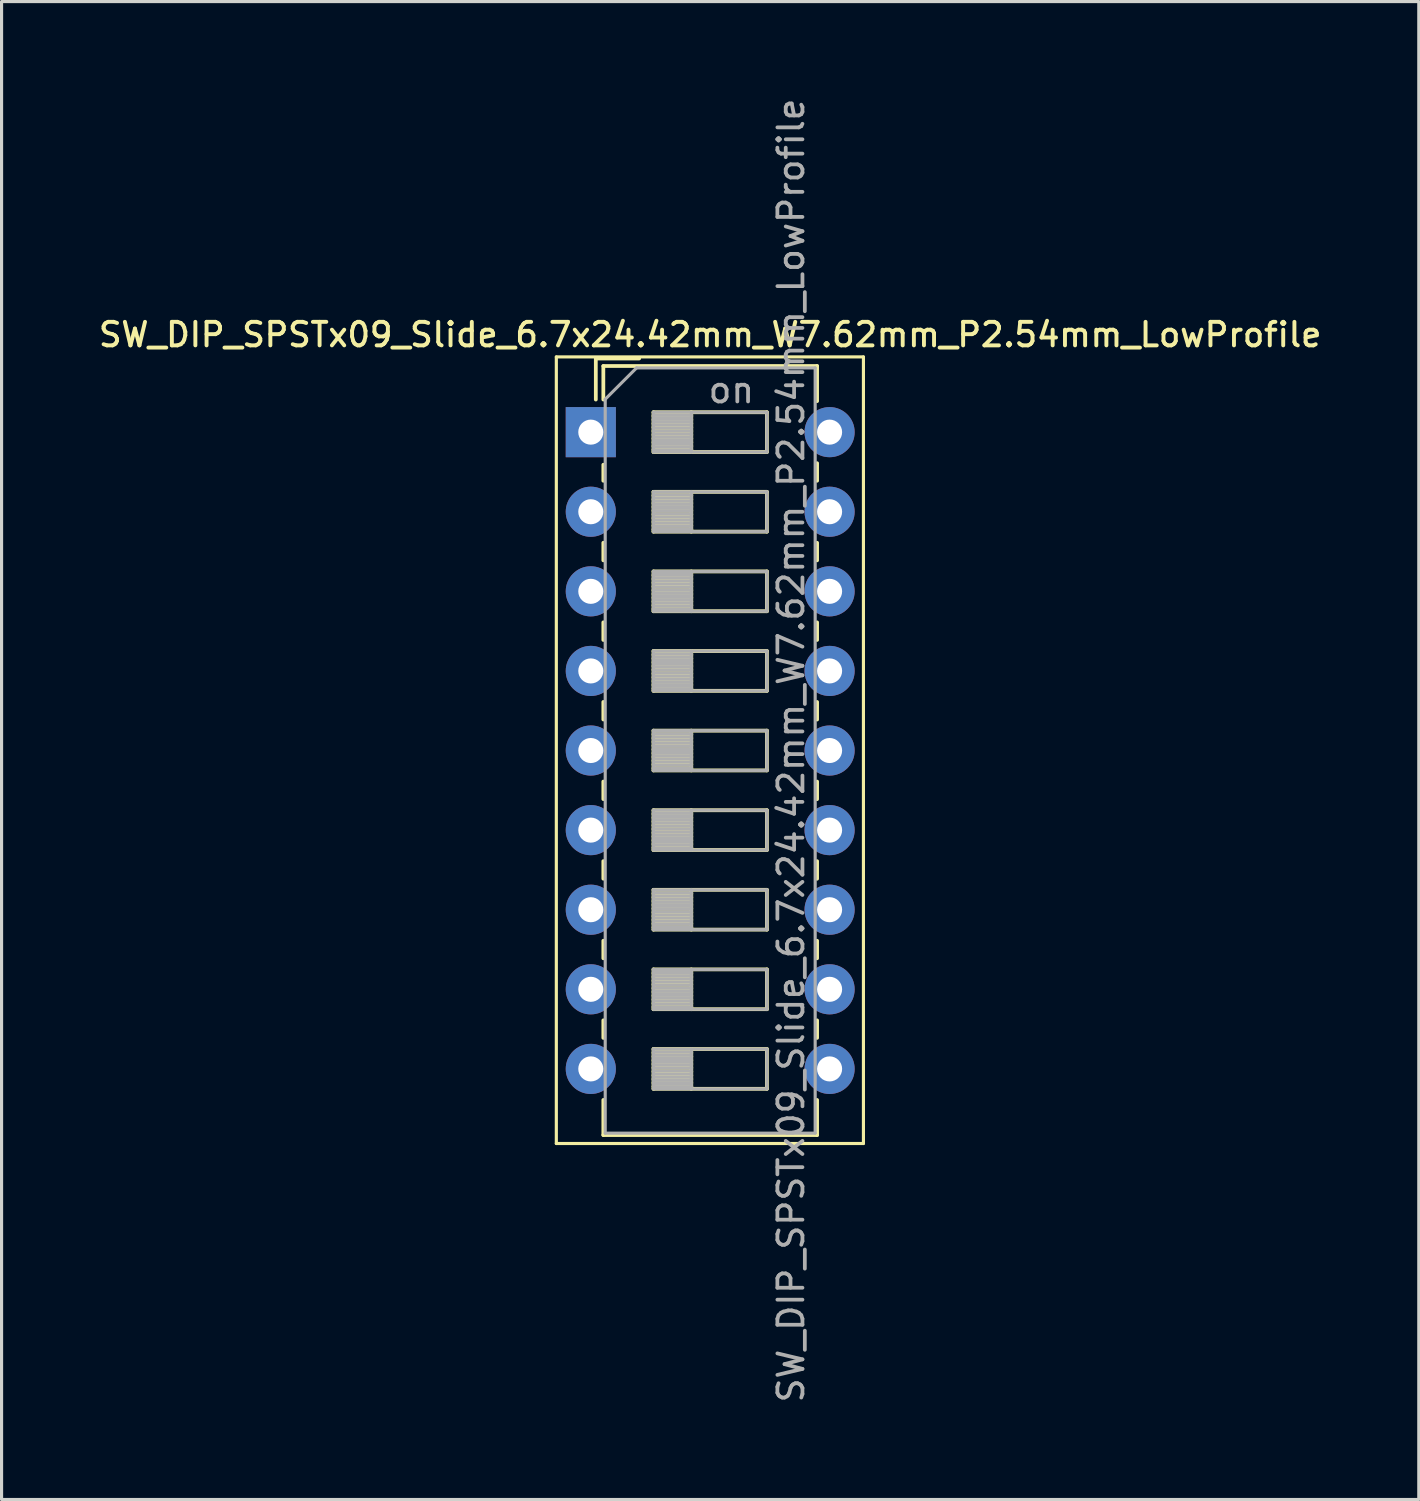
<source format=kicad_pcb>
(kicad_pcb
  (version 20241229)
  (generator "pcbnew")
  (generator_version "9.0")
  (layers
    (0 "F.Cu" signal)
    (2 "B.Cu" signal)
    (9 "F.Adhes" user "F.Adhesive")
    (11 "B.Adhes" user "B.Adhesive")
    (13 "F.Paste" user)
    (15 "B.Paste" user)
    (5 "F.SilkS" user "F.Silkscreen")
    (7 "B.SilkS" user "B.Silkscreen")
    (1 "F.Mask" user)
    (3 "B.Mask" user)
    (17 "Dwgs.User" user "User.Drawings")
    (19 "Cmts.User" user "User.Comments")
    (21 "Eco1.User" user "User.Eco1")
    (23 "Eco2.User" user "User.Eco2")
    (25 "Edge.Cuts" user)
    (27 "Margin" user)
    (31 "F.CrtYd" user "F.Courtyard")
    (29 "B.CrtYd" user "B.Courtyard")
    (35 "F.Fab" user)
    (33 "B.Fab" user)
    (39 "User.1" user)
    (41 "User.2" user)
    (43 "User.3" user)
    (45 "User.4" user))
  (footprint "SW_DIP_SPSTx09_Slide_6.7x24.42mm_W7.62mm_P2.54mm_LowProfile"
    (layer "F.Cu")
    (at 15.803 10.74)
    (property "Reference" "SW_DIP_SPSTx09_Slide_6.7x24.42mm_W7.62mm_P2.54mm_LowProfile" (at 3.81 -3.11 0) (layer "F.SilkS") (effects (font (size 0.75 0.75) (thickness 0.125))))
    (attr through_hole)
    (fp_line (start -1.1 -2.4) (end -1.1 22.7) (stroke (width 0.1) (type solid)) (layer "F.SilkS"))
    (fp_line (start -1.1 22.7) (end 8.7 22.7) (stroke (width 0.1) (type solid)) (layer "F.SilkS"))
    (fp_line (start 0.16 -2.35) (end 0.16 -1.04) (stroke (width 0.12) (type solid)) (layer "F.SilkS"))
    (fp_line (start 0.16 -2.35) (end 1.543 -2.35) (stroke (width 0.12) (type solid)) (layer "F.SilkS"))
    (fp_line (start 0.4 -2.11) (end 0.4 -1.04) (stroke (width 0.12) (type solid)) (layer "F.SilkS"))
    (fp_line (start 0.4 -2.11) (end 7.221 -2.11) (stroke (width 0.12) (type solid)) (layer "F.SilkS"))
    (fp_line (start 0.4 1.04) (end 0.4 1.551) (stroke (width 0.12) (type solid)) (layer "F.SilkS"))
    (fp_line (start 0.4 3.53) (end 0.4 4.091) (stroke (width 0.12) (type solid)) (layer "F.SilkS"))
    (fp_line (start 0.4 6.07) (end 0.4 6.631) (stroke (width 0.12) (type solid)) (layer "F.SilkS"))
    (fp_line (start 0.4 8.61) (end 0.4 9.17) (stroke (width 0.12) (type solid)) (layer "F.SilkS"))
    (fp_line (start 0.4 11.15) (end 0.4 11.71) (stroke (width 0.12) (type solid)) (layer "F.SilkS"))
    (fp_line (start 0.4 13.69) (end 0.4 14.25) (stroke (width 0.12) (type solid)) (layer "F.SilkS"))
    (fp_line (start 0.4 16.23) (end 0.4 16.79) (stroke (width 0.12) (type solid)) (layer "F.SilkS"))
    (fp_line (start 0.4 18.77) (end 0.4 19.33) (stroke (width 0.12) (type solid)) (layer "F.SilkS"))
    (fp_line (start 0.4 21.31) (end 0.4 22.431) (stroke (width 0.12) (type solid)) (layer "F.SilkS"))
    (fp_line (start 0.4 22.431) (end 7.221 22.431) (stroke (width 0.12) (type solid)) (layer "F.SilkS"))
    (fp_line (start 2 -0.635) (end 2 0.635) (stroke (width 0.12) (type solid)) (layer "F.SilkS"))
    (fp_line (start 2 -0.515) (end 3.207 -0.515) (stroke (width 0.12) (type solid)) (layer "F.SilkS"))
    (fp_line (start 2 -0.395) (end 3.207 -0.395) (stroke (width 0.12) (type solid)) (layer "F.SilkS"))
    (fp_line (start 2 -0.275) (end 3.207 -0.275) (stroke (width 0.12) (type solid)) (layer "F.SilkS"))
    (fp_line (start 2 -0.155) (end 3.207 -0.155) (stroke (width 0.12) (type solid)) (layer "F.SilkS"))
    (fp_line (start 2 -0.035) (end 3.207 -0.035) (stroke (width 0.12) (type solid)) (layer "F.SilkS"))
    (fp_line (start 2 0.085) (end 3.207 0.085) (stroke (width 0.12) (type solid)) (layer "F.SilkS"))
    (fp_line (start 2 0.205) (end 3.207 0.205) (stroke (width 0.12) (type solid)) (layer "F.SilkS"))
    (fp_line (start 2 0.325) (end 3.207 0.325) (stroke (width 0.12) (type solid)) (layer "F.SilkS"))
    (fp_line (start 2 0.445) (end 3.207 0.445) (stroke (width 0.12) (type solid)) (layer "F.SilkS"))
    (fp_line (start 2 0.565) (end 3.207 0.565) (stroke (width 0.12) (type solid)) (layer "F.SilkS"))
    (fp_line (start 2 0.635) (end 5.62 0.635) (stroke (width 0.12) (type solid)) (layer "F.SilkS"))
    (fp_line (start 2 1.905) (end 2 3.175) (stroke (width 0.12) (type solid)) (layer "F.SilkS"))
    (fp_line (start 2 2.025) (end 3.207 2.025) (stroke (width 0.12) (type solid)) (layer "F.SilkS"))
    (fp_line (start 2 2.145) (end 3.207 2.145) (stroke (width 0.12) (type solid)) (layer "F.SilkS"))
    (fp_line (start 2 2.265) (end 3.207 2.265) (stroke (width 0.12) (type solid)) (layer "F.SilkS"))
    (fp_line (start 2 2.385) (end 3.207 2.385) (stroke (width 0.12) (type solid)) (layer "F.SilkS"))
    (fp_line (start 2 2.505) (end 3.207 2.505) (stroke (width 0.12) (type solid)) (layer "F.SilkS"))
    (fp_line (start 2 2.625) (end 3.207 2.625) (stroke (width 0.12) (type solid)) (layer "F.SilkS"))
    (fp_line (start 2 2.745) (end 3.207 2.745) (stroke (width 0.12) (type solid)) (layer "F.SilkS"))
    (fp_line (start 2 2.865) (end 3.207 2.865) (stroke (width 0.12) (type solid)) (layer "F.SilkS"))
    (fp_line (start 2 2.985) (end 3.207 2.985) (stroke (width 0.12) (type solid)) (layer "F.SilkS"))
    (fp_line (start 2 3.105) (end 3.207 3.105) (stroke (width 0.12) (type solid)) (layer "F.SilkS"))
    (fp_line (start 2 3.175) (end 5.62 3.175) (stroke (width 0.12) (type solid)) (layer "F.SilkS"))
    (fp_line (start 2 4.445) (end 2 5.715) (stroke (width 0.12) (type solid)) (layer "F.SilkS"))
    (fp_line (start 2 4.565) (end 3.207 4.565) (stroke (width 0.12) (type solid)) (layer "F.SilkS"))
    (fp_line (start 2 4.685) (end 3.207 4.685) (stroke (width 0.12) (type solid)) (layer "F.SilkS"))
    (fp_line (start 2 4.805) (end 3.207 4.805) (stroke (width 0.12) (type solid)) (layer "F.SilkS"))
    (fp_line (start 2 4.925) (end 3.207 4.925) (stroke (width 0.12) (type solid)) (layer "F.SilkS"))
    (fp_line (start 2 5.045) (end 3.207 5.045) (stroke (width 0.12) (type solid)) (layer "F.SilkS"))
    (fp_line (start 2 5.165) (end 3.207 5.165) (stroke (width 0.12) (type solid)) (layer "F.SilkS"))
    (fp_line (start 2 5.285) (end 3.207 5.285) (stroke (width 0.12) (type solid)) (layer "F.SilkS"))
    (fp_line (start 2 5.405) (end 3.207 5.405) (stroke (width 0.12) (type solid)) (layer "F.SilkS"))
    (fp_line (start 2 5.525) (end 3.207 5.525) (stroke (width 0.12) (type solid)) (layer "F.SilkS"))
    (fp_line (start 2 5.645) (end 3.207 5.645) (stroke (width 0.12) (type solid)) (layer "F.SilkS"))
    (fp_line (start 2 5.715) (end 5.62 5.715) (stroke (width 0.12) (type solid)) (layer "F.SilkS"))
    (fp_line (start 2 6.985) (end 2 8.255) (stroke (width 0.12) (type solid)) (layer "F.SilkS"))
    (fp_line (start 2 7.105) (end 3.207 7.105) (stroke (width 0.12) (type solid)) (layer "F.SilkS"))
    (fp_line (start 2 7.225) (end 3.207 7.225) (stroke (width 0.12) (type solid)) (layer "F.SilkS"))
    (fp_line (start 2 7.345) (end 3.207 7.345) (stroke (width 0.12) (type solid)) (layer "F.SilkS"))
    (fp_line (start 2 7.465) (end 3.207 7.465) (stroke (width 0.12) (type solid)) (layer "F.SilkS"))
    (fp_line (start 2 7.585) (end 3.207 7.585) (stroke (width 0.12) (type solid)) (layer "F.SilkS"))
    (fp_line (start 2 7.705) (end 3.207 7.705) (stroke (width 0.12) (type solid)) (layer "F.SilkS"))
    (fp_line (start 2 7.825) (end 3.207 7.825) (stroke (width 0.12) (type solid)) (layer "F.SilkS"))
    (fp_line (start 2 7.945) (end 3.207 7.945) (stroke (width 0.12) (type solid)) (layer "F.SilkS"))
    (fp_line (start 2 8.065) (end 3.207 8.065) (stroke (width 0.12) (type solid)) (layer "F.SilkS"))
    (fp_line (start 2 8.185) (end 3.207 8.185) (stroke (width 0.12) (type solid)) (layer "F.SilkS"))
    (fp_line (start 2 8.255) (end 5.62 8.255) (stroke (width 0.12) (type solid)) (layer "F.SilkS"))
    (fp_line (start 2 9.525) (end 2 10.795) (stroke (width 0.12) (type solid)) (layer "F.SilkS"))
    (fp_line (start 2 9.645) (end 3.207 9.645) (stroke (width 0.12) (type solid)) (layer "F.SilkS"))
    (fp_line (start 2 9.765) (end 3.207 9.765) (stroke (width 0.12) (type solid)) (layer "F.SilkS"))
    (fp_line (start 2 9.885) (end 3.207 9.885) (stroke (width 0.12) (type solid)) (layer "F.SilkS"))
    (fp_line (start 2 10.005) (end 3.207 10.005) (stroke (width 0.12) (type solid)) (layer "F.SilkS"))
    (fp_line (start 2 10.125) (end 3.207 10.125) (stroke (width 0.12) (type solid)) (layer "F.SilkS"))
    (fp_line (start 2 10.245) (end 3.207 10.245) (stroke (width 0.12) (type solid)) (layer "F.SilkS"))
    (fp_line (start 2 10.365) (end 3.207 10.365) (stroke (width 0.12) (type solid)) (layer "F.SilkS"))
    (fp_line (start 2 10.485) (end 3.207 10.485) (stroke (width 0.12) (type solid)) (layer "F.SilkS"))
    (fp_line (start 2 10.605) (end 3.207 10.605) (stroke (width 0.12) (type solid)) (layer "F.SilkS"))
    (fp_line (start 2 10.725) (end 3.207 10.725) (stroke (width 0.12) (type solid)) (layer "F.SilkS"))
    (fp_line (start 2 10.795) (end 5.62 10.795) (stroke (width 0.12) (type solid)) (layer "F.SilkS"))
    (fp_line (start 2 12.065) (end 2 13.335) (stroke (width 0.12) (type solid)) (layer "F.SilkS"))
    (fp_line (start 2 12.185) (end 3.207 12.185) (stroke (width 0.12) (type solid)) (layer "F.SilkS"))
    (fp_line (start 2 12.305) (end 3.207 12.305) (stroke (width 0.12) (type solid)) (layer "F.SilkS"))
    (fp_line (start 2 12.425) (end 3.207 12.425) (stroke (width 0.12) (type solid)) (layer "F.SilkS"))
    (fp_line (start 2 12.545) (end 3.207 12.545) (stroke (width 0.12) (type solid)) (layer "F.SilkS"))
    (fp_line (start 2 12.665) (end 3.207 12.665) (stroke (width 0.12) (type solid)) (layer "F.SilkS"))
    (fp_line (start 2 12.785) (end 3.207 12.785) (stroke (width 0.12) (type solid)) (layer "F.SilkS"))
    (fp_line (start 2 12.905) (end 3.207 12.905) (stroke (width 0.12) (type solid)) (layer "F.SilkS"))
    (fp_line (start 2 13.025) (end 3.207 13.025) (stroke (width 0.12) (type solid)) (layer "F.SilkS"))
    (fp_line (start 2 13.145) (end 3.207 13.145) (stroke (width 0.12) (type solid)) (layer "F.SilkS"))
    (fp_line (start 2 13.265) (end 3.207 13.265) (stroke (width 0.12) (type solid)) (layer "F.SilkS"))
    (fp_line (start 2 13.335) (end 5.62 13.335) (stroke (width 0.12) (type solid)) (layer "F.SilkS"))
    (fp_line (start 2 14.605) (end 2 15.875) (stroke (width 0.12) (type solid)) (layer "F.SilkS"))
    (fp_line (start 2 14.725) (end 3.207 14.725) (stroke (width 0.12) (type solid)) (layer "F.SilkS"))
    (fp_line (start 2 14.845) (end 3.207 14.845) (stroke (width 0.12) (type solid)) (layer "F.SilkS"))
    (fp_line (start 2 14.965) (end 3.207 14.965) (stroke (width 0.12) (type solid)) (layer "F.SilkS"))
    (fp_line (start 2 15.085) (end 3.207 15.085) (stroke (width 0.12) (type solid)) (layer "F.SilkS"))
    (fp_line (start 2 15.205) (end 3.207 15.205) (stroke (width 0.12) (type solid)) (layer "F.SilkS"))
    (fp_line (start 2 15.325) (end 3.207 15.325) (stroke (width 0.12) (type solid)) (layer "F.SilkS"))
    (fp_line (start 2 15.445) (end 3.207 15.445) (stroke (width 0.12) (type solid)) (layer "F.SilkS"))
    (fp_line (start 2 15.565) (end 3.207 15.565) (stroke (width 0.12) (type solid)) (layer "F.SilkS"))
    (fp_line (start 2 15.685) (end 3.207 15.685) (stroke (width 0.12) (type solid)) (layer "F.SilkS"))
    (fp_line (start 2 15.805) (end 3.207 15.805) (stroke (width 0.12) (type solid)) (layer "F.SilkS"))
    (fp_line (start 2 15.875) (end 5.62 15.875) (stroke (width 0.12) (type solid)) (layer "F.SilkS"))
    (fp_line (start 2 17.145) (end 2 18.415) (stroke (width 0.12) (type solid)) (layer "F.SilkS"))
    (fp_line (start 2 17.265) (end 3.207 17.265) (stroke (width 0.12) (type solid)) (layer "F.SilkS"))
    (fp_line (start 2 17.385) (end 3.207 17.385) (stroke (width 0.12) (type solid)) (layer "F.SilkS"))
    (fp_line (start 2 17.505) (end 3.207 17.505) (stroke (width 0.12) (type solid)) (layer "F.SilkS"))
    (fp_line (start 2 17.625) (end 3.207 17.625) (stroke (width 0.12) (type solid)) (layer "F.SilkS"))
    (fp_line (start 2 17.745) (end 3.207 17.745) (stroke (width 0.12) (type solid)) (layer "F.SilkS"))
    (fp_line (start 2 17.865) (end 3.207 17.865) (stroke (width 0.12) (type solid)) (layer "F.SilkS"))
    (fp_line (start 2 17.985) (end 3.207 17.985) (stroke (width 0.12) (type solid)) (layer "F.SilkS"))
    (fp_line (start 2 18.105) (end 3.207 18.105) (stroke (width 0.12) (type solid)) (layer "F.SilkS"))
    (fp_line (start 2 18.225) (end 3.207 18.225) (stroke (width 0.12) (type solid)) (layer "F.SilkS"))
    (fp_line (start 2 18.345) (end 3.207 18.345) (stroke (width 0.12) (type solid)) (layer "F.SilkS"))
    (fp_line (start 2 18.415) (end 5.62 18.415) (stroke (width 0.12) (type solid)) (layer "F.SilkS"))
    (fp_line (start 2 19.685) (end 2 20.955) (stroke (width 0.12) (type solid)) (layer "F.SilkS"))
    (fp_line (start 2 19.805) (end 3.207 19.805) (stroke (width 0.12) (type solid)) (layer "F.SilkS"))
    (fp_line (start 2 19.925) (end 3.207 19.925) (stroke (width 0.12) (type solid)) (layer "F.SilkS"))
    (fp_line (start 2 20.045) (end 3.207 20.045) (stroke (width 0.12) (type solid)) (layer "F.SilkS"))
    (fp_line (start 2 20.165) (end 3.207 20.165) (stroke (width 0.12) (type solid)) (layer "F.SilkS"))
    (fp_line (start 2 20.285) (end 3.207 20.285) (stroke (width 0.12) (type solid)) (layer "F.SilkS"))
    (fp_line (start 2 20.405) (end 3.207 20.405) (stroke (width 0.12) (type solid)) (layer "F.SilkS"))
    (fp_line (start 2 20.525) (end 3.207 20.525) (stroke (width 0.12) (type solid)) (layer "F.SilkS"))
    (fp_line (start 2 20.645) (end 3.207 20.645) (stroke (width 0.12) (type solid)) (layer "F.SilkS"))
    (fp_line (start 2 20.765) (end 3.207 20.765) (stroke (width 0.12) (type solid)) (layer "F.SilkS"))
    (fp_line (start 2 20.885) (end 3.207 20.885) (stroke (width 0.12) (type solid)) (layer "F.SilkS"))
    (fp_line (start 2 20.955) (end 5.62 20.955) (stroke (width 0.12) (type solid)) (layer "F.SilkS"))
    (fp_line (start 3.207 -0.635) (end 3.207 0.635) (stroke (width 0.12) (type solid)) (layer "F.SilkS"))
    (fp_line (start 3.207 1.905) (end 3.207 3.175) (stroke (width 0.12) (type solid)) (layer "F.SilkS"))
    (fp_line (start 3.207 4.445) (end 3.207 5.715) (stroke (width 0.12) (type solid)) (layer "F.SilkS"))
    (fp_line (start 3.207 6.985) (end 3.207 8.255) (stroke (width 0.12) (type solid)) (layer "F.SilkS"))
    (fp_line (start 3.207 9.525) (end 3.207 10.795) (stroke (width 0.12) (type solid)) (layer "F.SilkS"))
    (fp_line (start 3.207 12.065) (end 3.207 13.335) (stroke (width 0.12) (type solid)) (layer "F.SilkS"))
    (fp_line (start 3.207 14.605) (end 3.207 15.875) (stroke (width 0.12) (type solid)) (layer "F.SilkS"))
    (fp_line (start 3.207 17.145) (end 3.207 18.415) (stroke (width 0.12) (type solid)) (layer "F.SilkS"))
    (fp_line (start 3.207 19.685) (end 3.207 20.955) (stroke (width 0.12) (type solid)) (layer "F.SilkS"))
    (fp_line (start 5.62 -0.635) (end 2 -0.635) (stroke (width 0.12) (type solid)) (layer "F.SilkS"))
    (fp_line (start 5.62 0.635) (end 5.62 -0.635) (stroke (width 0.12) (type solid)) (layer "F.SilkS"))
    (fp_line (start 5.62 1.905) (end 2 1.905) (stroke (width 0.12) (type solid)) (layer "F.SilkS"))
    (fp_line (start 5.62 3.175) (end 5.62 1.905) (stroke (width 0.12) (type solid)) (layer "F.SilkS"))
    (fp_line (start 5.62 4.445) (end 2 4.445) (stroke (width 0.12) (type solid)) (layer "F.SilkS"))
    (fp_line (start 5.62 5.715) (end 5.62 4.445) (stroke (width 0.12) (type solid)) (layer "F.SilkS"))
    (fp_line (start 5.62 6.985) (end 2 6.985) (stroke (width 0.12) (type solid)) (layer "F.SilkS"))
    (fp_line (start 5.62 8.255) (end 5.62 6.985) (stroke (width 0.12) (type solid)) (layer "F.SilkS"))
    (fp_line (start 5.62 9.525) (end 2 9.525) (stroke (width 0.12) (type solid)) (layer "F.SilkS"))
    (fp_line (start 5.62 10.795) (end 5.62 9.525) (stroke (width 0.12) (type solid)) (layer "F.SilkS"))
    (fp_line (start 5.62 12.065) (end 2 12.065) (stroke (width 0.12) (type solid)) (layer "F.SilkS"))
    (fp_line (start 5.62 13.335) (end 5.62 12.065) (stroke (width 0.12) (type solid)) (layer "F.SilkS"))
    (fp_line (start 5.62 14.605) (end 2 14.605) (stroke (width 0.12) (type solid)) (layer "F.SilkS"))
    (fp_line (start 5.62 15.875) (end 5.62 14.605) (stroke (width 0.12) (type solid)) (layer "F.SilkS"))
    (fp_line (start 5.62 17.145) (end 2 17.145) (stroke (width 0.12) (type solid)) (layer "F.SilkS"))
    (fp_line (start 5.62 18.415) (end 5.62 17.145) (stroke (width 0.12) (type solid)) (layer "F.SilkS"))
    (fp_line (start 5.62 19.685) (end 2 19.685) (stroke (width 0.12) (type solid)) (layer "F.SilkS"))
    (fp_line (start 5.62 20.955) (end 5.62 19.685) (stroke (width 0.12) (type solid)) (layer "F.SilkS"))
    (fp_line (start 7.221 -2.11) (end 7.221 -0.99) (stroke (width 0.12) (type solid)) (layer "F.SilkS"))
    (fp_line (start 7.221 0.991) (end 7.221 1.551) (stroke (width 0.12) (type solid)) (layer "F.SilkS"))
    (fp_line (start 7.221 3.531) (end 7.221 4.091) (stroke (width 0.12) (type solid)) (layer "F.SilkS"))
    (fp_line (start 7.221 6.071) (end 7.221 6.631) (stroke (width 0.12) (type solid)) (layer "F.SilkS"))
    (fp_line (start 7.221 8.611) (end 7.221 9.171) (stroke (width 0.12) (type solid)) (layer "F.SilkS"))
    (fp_line (start 7.221 11.151) (end 7.221 11.711) (stroke (width 0.12) (type solid)) (layer "F.SilkS"))
    (fp_line (start 7.221 13.691) (end 7.221 14.251) (stroke (width 0.12) (type solid)) (layer "F.SilkS"))
    (fp_line (start 7.221 16.231) (end 7.221 16.79) (stroke (width 0.12) (type solid)) (layer "F.SilkS"))
    (fp_line (start 7.221 18.771) (end 7.221 19.33) (stroke (width 0.12) (type solid)) (layer "F.SilkS"))
    (fp_line (start 7.221 21.311) (end 7.221 22.431) (stroke (width 0.12) (type solid)) (layer "F.SilkS"))
    (fp_line (start 8.7 -2.4) (end -1.1 -2.4) (stroke (width 0.1) (type solid)) (layer "F.SilkS"))
    (fp_line (start 8.7 22.7) (end 8.7 -2.4) (stroke (width 0.1) (type solid)) (layer "F.SilkS"))
    (fp_line (start 0.46 -1.05) (end 1.46 -2.05) (stroke (width 0.1) (type solid)) (layer "F.Fab"))
    (fp_line (start 0.46 22.37) (end 0.46 -1.05) (stroke (width 0.1) (type solid)) (layer "F.Fab"))
    (fp_line (start 1.46 -2.05) (end 7.16 -2.05) (stroke (width 0.1) (type solid)) (layer "F.Fab"))
    (fp_line (start 2 -0.635) (end 2 0.635) (stroke (width 0.1) (type solid)) (layer "F.Fab"))
    (fp_line (start 2 -0.535) (end 3.207 -0.535) (stroke (width 0.1) (type solid)) (layer "F.Fab"))
    (fp_line (start 2 -0.435) (end 3.207 -0.435) (stroke (width 0.1) (type solid)) (layer "F.Fab"))
    (fp_line (start 2 -0.335) (end 3.207 -0.335) (stroke (width 0.1) (type solid)) (layer "F.Fab"))
    (fp_line (start 2 -0.235) (end 3.207 -0.235) (stroke (width 0.1) (type solid)) (layer "F.Fab"))
    (fp_line (start 2 -0.135) (end 3.207 -0.135) (stroke (width 0.1) (type solid)) (layer "F.Fab"))
    (fp_line (start 2 -0.035) (end 3.207 -0.035) (stroke (width 0.1) (type solid)) (layer "F.Fab"))
    (fp_line (start 2 0.065) (end 3.207 0.065) (stroke (width 0.1) (type solid)) (layer "F.Fab"))
    (fp_line (start 2 0.165) (end 3.207 0.165) (stroke (width 0.1) (type solid)) (layer "F.Fab"))
    (fp_line (start 2 0.265) (end 3.207 0.265) (stroke (width 0.1) (type solid)) (layer "F.Fab"))
    (fp_line (start 2 0.365) (end 3.207 0.365) (stroke (width 0.1) (type solid)) (layer "F.Fab"))
    (fp_line (start 2 0.465) (end 3.207 0.465) (stroke (width 0.1) (type solid)) (layer "F.Fab"))
    (fp_line (start 2 0.565) (end 3.207 0.565) (stroke (width 0.1) (type solid)) (layer "F.Fab"))
    (fp_line (start 2 0.635) (end 5.62 0.635) (stroke (width 0.1) (type solid)) (layer "F.Fab"))
    (fp_line (start 2 1.905) (end 2 3.175) (stroke (width 0.1) (type solid)) (layer "F.Fab"))
    (fp_line (start 2 2.005) (end 3.207 2.005) (stroke (width 0.1) (type solid)) (layer "F.Fab"))
    (fp_line (start 2 2.105) (end 3.207 2.105) (stroke (width 0.1) (type solid)) (layer "F.Fab"))
    (fp_line (start 2 2.205) (end 3.207 2.205) (stroke (width 0.1) (type solid)) (layer "F.Fab"))
    (fp_line (start 2 2.305) (end 3.207 2.305) (stroke (width 0.1) (type solid)) (layer "F.Fab"))
    (fp_line (start 2 2.405) (end 3.207 2.405) (stroke (width 0.1) (type solid)) (layer "F.Fab"))
    (fp_line (start 2 2.505) (end 3.207 2.505) (stroke (width 0.1) (type solid)) (layer "F.Fab"))
    (fp_line (start 2 2.605) (end 3.207 2.605) (stroke (width 0.1) (type solid)) (layer "F.Fab"))
    (fp_line (start 2 2.705) (end 3.207 2.705) (stroke (width 0.1) (type solid)) (layer "F.Fab"))
    (fp_line (start 2 2.805) (end 3.207 2.805) (stroke (width 0.1) (type solid)) (layer "F.Fab"))
    (fp_line (start 2 2.905) (end 3.207 2.905) (stroke (width 0.1) (type solid)) (layer "F.Fab"))
    (fp_line (start 2 3.005) (end 3.207 3.005) (stroke (width 0.1) (type solid)) (layer "F.Fab"))
    (fp_line (start 2 3.105) (end 3.207 3.105) (stroke (width 0.1) (type solid)) (layer "F.Fab"))
    (fp_line (start 2 3.175) (end 5.62 3.175) (stroke (width 0.1) (type solid)) (layer "F.Fab"))
    (fp_line (start 2 4.445) (end 2 5.715) (stroke (width 0.1) (type solid)) (layer "F.Fab"))
    (fp_line (start 2 4.545) (end 3.207 4.545) (stroke (width 0.1) (type solid)) (layer "F.Fab"))
    (fp_line (start 2 4.645) (end 3.207 4.645) (stroke (width 0.1) (type solid)) (layer "F.Fab"))
    (fp_line (start 2 4.745) (end 3.207 4.745) (stroke (width 0.1) (type solid)) (layer "F.Fab"))
    (fp_line (start 2 4.845) (end 3.207 4.845) (stroke (width 0.1) (type solid)) (layer "F.Fab"))
    (fp_line (start 2 4.945) (end 3.207 4.945) (stroke (width 0.1) (type solid)) (layer "F.Fab"))
    (fp_line (start 2 5.045) (end 3.207 5.045) (stroke (width 0.1) (type solid)) (layer "F.Fab"))
    (fp_line (start 2 5.145) (end 3.207 5.145) (stroke (width 0.1) (type solid)) (layer "F.Fab"))
    (fp_line (start 2 5.245) (end 3.207 5.245) (stroke (width 0.1) (type solid)) (layer "F.Fab"))
    (fp_line (start 2 5.345) (end 3.207 5.345) (stroke (width 0.1) (type solid)) (layer "F.Fab"))
    (fp_line (start 2 5.445) (end 3.207 5.445) (stroke (width 0.1) (type solid)) (layer "F.Fab"))
    (fp_line (start 2 5.545) (end 3.207 5.545) (stroke (width 0.1) (type solid)) (layer "F.Fab"))
    (fp_line (start 2 5.645) (end 3.207 5.645) (stroke (width 0.1) (type solid)) (layer "F.Fab"))
    (fp_line (start 2 5.715) (end 5.62 5.715) (stroke (width 0.1) (type solid)) (layer "F.Fab"))
    (fp_line (start 2 6.985) (end 2 8.255) (stroke (width 0.1) (type solid)) (layer "F.Fab"))
    (fp_line (start 2 7.085) (end 3.207 7.085) (stroke (width 0.1) (type solid)) (layer "F.Fab"))
    (fp_line (start 2 7.185) (end 3.207 7.185) (stroke (width 0.1) (type solid)) (layer "F.Fab"))
    (fp_line (start 2 7.285) (end 3.207 7.285) (stroke (width 0.1) (type solid)) (layer "F.Fab"))
    (fp_line (start 2 7.385) (end 3.207 7.385) (stroke (width 0.1) (type solid)) (layer "F.Fab"))
    (fp_line (start 2 7.485) (end 3.207 7.485) (stroke (width 0.1) (type solid)) (layer "F.Fab"))
    (fp_line (start 2 7.585) (end 3.207 7.585) (stroke (width 0.1) (type solid)) (layer "F.Fab"))
    (fp_line (start 2 7.685) (end 3.207 7.685) (stroke (width 0.1) (type solid)) (layer "F.Fab"))
    (fp_line (start 2 7.785) (end 3.207 7.785) (stroke (width 0.1) (type solid)) (layer "F.Fab"))
    (fp_line (start 2 7.885) (end 3.207 7.885) (stroke (width 0.1) (type solid)) (layer "F.Fab"))
    (fp_line (start 2 7.985) (end 3.207 7.985) (stroke (width 0.1) (type solid)) (layer "F.Fab"))
    (fp_line (start 2 8.085) (end 3.207 8.085) (stroke (width 0.1) (type solid)) (layer "F.Fab"))
    (fp_line (start 2 8.185) (end 3.207 8.185) (stroke (width 0.1) (type solid)) (layer "F.Fab"))
    (fp_line (start 2 8.255) (end 5.62 8.255) (stroke (width 0.1) (type solid)) (layer "F.Fab"))
    (fp_line (start 2 9.525) (end 2 10.795) (stroke (width 0.1) (type solid)) (layer "F.Fab"))
    (fp_line (start 2 9.625) (end 3.207 9.625) (stroke (width 0.1) (type solid)) (layer "F.Fab"))
    (fp_line (start 2 9.725) (end 3.207 9.725) (stroke (width 0.1) (type solid)) (layer "F.Fab"))
    (fp_line (start 2 9.825) (end 3.207 9.825) (stroke (width 0.1) (type solid)) (layer "F.Fab"))
    (fp_line (start 2 9.925) (end 3.207 9.925) (stroke (width 0.1) (type solid)) (layer "F.Fab"))
    (fp_line (start 2 10.025) (end 3.207 10.025) (stroke (width 0.1) (type solid)) (layer "F.Fab"))
    (fp_line (start 2 10.125) (end 3.207 10.125) (stroke (width 0.1) (type solid)) (layer "F.Fab"))
    (fp_line (start 2 10.225) (end 3.207 10.225) (stroke (width 0.1) (type solid)) (layer "F.Fab"))
    (fp_line (start 2 10.325) (end 3.207 10.325) (stroke (width 0.1) (type solid)) (layer "F.Fab"))
    (fp_line (start 2 10.425) (end 3.207 10.425) (stroke (width 0.1) (type solid)) (layer "F.Fab"))
    (fp_line (start 2 10.525) (end 3.207 10.525) (stroke (width 0.1) (type solid)) (layer "F.Fab"))
    (fp_line (start 2 10.625) (end 3.207 10.625) (stroke (width 0.1) (type solid)) (layer "F.Fab"))
    (fp_line (start 2 10.725) (end 3.207 10.725) (stroke (width 0.1) (type solid)) (layer "F.Fab"))
    (fp_line (start 2 10.795) (end 5.62 10.795) (stroke (width 0.1) (type solid)) (layer "F.Fab"))
    (fp_line (start 2 12.065) (end 2 13.335) (stroke (width 0.1) (type solid)) (layer "F.Fab"))
    (fp_line (start 2 12.165) (end 3.207 12.165) (stroke (width 0.1) (type solid)) (layer "F.Fab"))
    (fp_line (start 2 12.265) (end 3.207 12.265) (stroke (width 0.1) (type solid)) (layer "F.Fab"))
    (fp_line (start 2 12.365) (end 3.207 12.365) (stroke (width 0.1) (type solid)) (layer "F.Fab"))
    (fp_line (start 2 12.465) (end 3.207 12.465) (stroke (width 0.1) (type solid)) (layer "F.Fab"))
    (fp_line (start 2 12.565) (end 3.207 12.565) (stroke (width 0.1) (type solid)) (layer "F.Fab"))
    (fp_line (start 2 12.665) (end 3.207 12.665) (stroke (width 0.1) (type solid)) (layer "F.Fab"))
    (fp_line (start 2 12.765) (end 3.207 12.765) (stroke (width 0.1) (type solid)) (layer "F.Fab"))
    (fp_line (start 2 12.865) (end 3.207 12.865) (stroke (width 0.1) (type solid)) (layer "F.Fab"))
    (fp_line (start 2 12.965) (end 3.207 12.965) (stroke (width 0.1) (type solid)) (layer "F.Fab"))
    (fp_line (start 2 13.065) (end 3.207 13.065) (stroke (width 0.1) (type solid)) (layer "F.Fab"))
    (fp_line (start 2 13.165) (end 3.207 13.165) (stroke (width 0.1) (type solid)) (layer "F.Fab"))
    (fp_line (start 2 13.265) (end 3.207 13.265) (stroke (width 0.1) (type solid)) (layer "F.Fab"))
    (fp_line (start 2 13.335) (end 5.62 13.335) (stroke (width 0.1) (type solid)) (layer "F.Fab"))
    (fp_line (start 2 14.605) (end 2 15.875) (stroke (width 0.1) (type solid)) (layer "F.Fab"))
    (fp_line (start 2 14.705) (end 3.207 14.705) (stroke (width 0.1) (type solid)) (layer "F.Fab"))
    (fp_line (start 2 14.805) (end 3.207 14.805) (stroke (width 0.1) (type solid)) (layer "F.Fab"))
    (fp_line (start 2 14.905) (end 3.207 14.905) (stroke (width 0.1) (type solid)) (layer "F.Fab"))
    (fp_line (start 2 15.005) (end 3.207 15.005) (stroke (width 0.1) (type solid)) (layer "F.Fab"))
    (fp_line (start 2 15.105) (end 3.207 15.105) (stroke (width 0.1) (type solid)) (layer "F.Fab"))
    (fp_line (start 2 15.205) (end 3.207 15.205) (stroke (width 0.1) (type solid)) (layer "F.Fab"))
    (fp_line (start 2 15.305) (end 3.207 15.305) (stroke (width 0.1) (type solid)) (layer "F.Fab"))
    (fp_line (start 2 15.405) (end 3.207 15.405) (stroke (width 0.1) (type solid)) (layer "F.Fab"))
    (fp_line (start 2 15.505) (end 3.207 15.505) (stroke (width 0.1) (type solid)) (layer "F.Fab"))
    (fp_line (start 2 15.605) (end 3.207 15.605) (stroke (width 0.1) (type solid)) (layer "F.Fab"))
    (fp_line (start 2 15.705) (end 3.207 15.705) (stroke (width 0.1) (type solid)) (layer "F.Fab"))
    (fp_line (start 2 15.805) (end 3.207 15.805) (stroke (width 0.1) (type solid)) (layer "F.Fab"))
    (fp_line (start 2 15.875) (end 5.62 15.875) (stroke (width 0.1) (type solid)) (layer "F.Fab"))
    (fp_line (start 2 17.145) (end 2 18.415) (stroke (width 0.1) (type solid)) (layer "F.Fab"))
    (fp_line (start 2 17.245) (end 3.207 17.245) (stroke (width 0.1) (type solid)) (layer "F.Fab"))
    (fp_line (start 2 17.345) (end 3.207 17.345) (stroke (width 0.1) (type solid)) (layer "F.Fab"))
    (fp_line (start 2 17.445) (end 3.207 17.445) (stroke (width 0.1) (type solid)) (layer "F.Fab"))
    (fp_line (start 2 17.545) (end 3.207 17.545) (stroke (width 0.1) (type solid)) (layer "F.Fab"))
    (fp_line (start 2 17.645) (end 3.207 17.645) (stroke (width 0.1) (type solid)) (layer "F.Fab"))
    (fp_line (start 2 17.745) (end 3.207 17.745) (stroke (width 0.1) (type solid)) (layer "F.Fab"))
    (fp_line (start 2 17.845) (end 3.207 17.845) (stroke (width 0.1) (type solid)) (layer "F.Fab"))
    (fp_line (start 2 17.945) (end 3.207 17.945) (stroke (width 0.1) (type solid)) (layer "F.Fab"))
    (fp_line (start 2 18.045) (end 3.207 18.045) (stroke (width 0.1) (type solid)) (layer "F.Fab"))
    (fp_line (start 2 18.145) (end 3.207 18.145) (stroke (width 0.1) (type solid)) (layer "F.Fab"))
    (fp_line (start 2 18.245) (end 3.207 18.245) (stroke (width 0.1) (type solid)) (layer "F.Fab"))
    (fp_line (start 2 18.345) (end 3.207 18.345) (stroke (width 0.1) (type solid)) (layer "F.Fab"))
    (fp_line (start 2 18.415) (end 5.62 18.415) (stroke (width 0.1) (type solid)) (layer "F.Fab"))
    (fp_line (start 2 19.685) (end 2 20.955) (stroke (width 0.1) (type solid)) (layer "F.Fab"))
    (fp_line (start 2 19.785) (end 3.207 19.785) (stroke (width 0.1) (type solid)) (layer "F.Fab"))
    (fp_line (start 2 19.885) (end 3.207 19.885) (stroke (width 0.1) (type solid)) (layer "F.Fab"))
    (fp_line (start 2 19.985) (end 3.207 19.985) (stroke (width 0.1) (type solid)) (layer "F.Fab"))
    (fp_line (start 2 20.085) (end 3.207 20.085) (stroke (width 0.1) (type solid)) (layer "F.Fab"))
    (fp_line (start 2 20.185) (end 3.207 20.185) (stroke (width 0.1) (type solid)) (layer "F.Fab"))
    (fp_line (start 2 20.285) (end 3.207 20.285) (stroke (width 0.1) (type solid)) (layer "F.Fab"))
    (fp_line (start 2 20.385) (end 3.207 20.385) (stroke (width 0.1) (type solid)) (layer "F.Fab"))
    (fp_line (start 2 20.485) (end 3.207 20.485) (stroke (width 0.1) (type solid)) (layer "F.Fab"))
    (fp_line (start 2 20.585) (end 3.207 20.585) (stroke (width 0.1) (type solid)) (layer "F.Fab"))
    (fp_line (start 2 20.685) (end 3.207 20.685) (stroke (width 0.1) (type solid)) (layer "F.Fab"))
    (fp_line (start 2 20.785) (end 3.207 20.785) (stroke (width 0.1) (type solid)) (layer "F.Fab"))
    (fp_line (start 2 20.885) (end 3.207 20.885) (stroke (width 0.1) (type solid)) (layer "F.Fab"))
    (fp_line (start 2 20.955) (end 5.62 20.955) (stroke (width 0.1) (type solid)) (layer "F.Fab"))
    (fp_line (start 3.207 -0.635) (end 3.207 0.635) (stroke (width 0.1) (type solid)) (layer "F.Fab"))
    (fp_line (start 3.207 1.905) (end 3.207 3.175) (stroke (width 0.1) (type solid)) (layer "F.Fab"))
    (fp_line (start 3.207 4.445) (end 3.207 5.715) (stroke (width 0.1) (type solid)) (layer "F.Fab"))
    (fp_line (start 3.207 6.985) (end 3.207 8.255) (stroke (width 0.1) (type solid)) (layer "F.Fab"))
    (fp_line (start 3.207 9.525) (end 3.207 10.795) (stroke (width 0.1) (type solid)) (layer "F.Fab"))
    (fp_line (start 3.207 12.065) (end 3.207 13.335) (stroke (width 0.1) (type solid)) (layer "F.Fab"))
    (fp_line (start 3.207 14.605) (end 3.207 15.875) (stroke (width 0.1) (type solid)) (layer "F.Fab"))
    (fp_line (start 3.207 17.145) (end 3.207 18.415) (stroke (width 0.1) (type solid)) (layer "F.Fab"))
    (fp_line (start 3.207 19.685) (end 3.207 20.955) (stroke (width 0.1) (type solid)) (layer "F.Fab"))
    (fp_line (start 5.62 -0.635) (end 2 -0.635) (stroke (width 0.1) (type solid)) (layer "F.Fab"))
    (fp_line (start 5.62 0.635) (end 5.62 -0.635) (stroke (width 0.1) (type solid)) (layer "F.Fab"))
    (fp_line (start 5.62 1.905) (end 2 1.905) (stroke (width 0.1) (type solid)) (layer "F.Fab"))
    (fp_line (start 5.62 3.175) (end 5.62 1.905) (stroke (width 0.1) (type solid)) (layer "F.Fab"))
    (fp_line (start 5.62 4.445) (end 2 4.445) (stroke (width 0.1) (type solid)) (layer "F.Fab"))
    (fp_line (start 5.62 5.715) (end 5.62 4.445) (stroke (width 0.1) (type solid)) (layer "F.Fab"))
    (fp_line (start 5.62 6.985) (end 2 6.985) (stroke (width 0.1) (type solid)) (layer "F.Fab"))
    (fp_line (start 5.62 8.255) (end 5.62 6.985) (stroke (width 0.1) (type solid)) (layer "F.Fab"))
    (fp_line (start 5.62 9.525) (end 2 9.525) (stroke (width 0.1) (type solid)) (layer "F.Fab"))
    (fp_line (start 5.62 10.795) (end 5.62 9.525) (stroke (width 0.1) (type solid)) (layer "F.Fab"))
    (fp_line (start 5.62 12.065) (end 2 12.065) (stroke (width 0.1) (type solid)) (layer "F.Fab"))
    (fp_line (start 5.62 13.335) (end 5.62 12.065) (stroke (width 0.1) (type solid)) (layer "F.Fab"))
    (fp_line (start 5.62 14.605) (end 2 14.605) (stroke (width 0.1) (type solid)) (layer "F.Fab"))
    (fp_line (start 5.62 15.875) (end 5.62 14.605) (stroke (width 0.1) (type solid)) (layer "F.Fab"))
    (fp_line (start 5.62 17.145) (end 2 17.145) (stroke (width 0.1) (type solid)) (layer "F.Fab"))
    (fp_line (start 5.62 18.415) (end 5.62 17.145) (stroke (width 0.1) (type solid)) (layer "F.Fab"))
    (fp_line (start 5.62 19.685) (end 2 19.685) (stroke (width 0.1) (type solid)) (layer "F.Fab"))
    (fp_line (start 5.62 20.955) (end 5.62 19.685) (stroke (width 0.1) (type solid)) (layer "F.Fab"))
    (fp_line (start 7.16 -2.05) (end 7.16 22.37) (stroke (width 0.1) (type solid)) (layer "F.Fab"))
    (fp_line (start 7.16 22.37) (end 0.46 22.37) (stroke (width 0.1) (type solid)) (layer "F.Fab"))
    (fp_text user "on" (at 4.485 -1.343 0) (layer "F.Fab") (effects (font (size 0.8 0.8) (thickness 0.12))))
    (fp_text user "${REFERENCE}" (at 6.39 10.16 90) (layer "F.Fab") (effects (font (size 0.8 0.8) (thickness 0.12))))
    (pad "1" thru_hole rect (at 0 0) (size 1.6 1.6) (drill 0.8) (layers "*.Cu" "*.Mask"))
    (pad "2" thru_hole oval (at 0 2.54) (size 1.6 1.6) (drill 0.8) (layers "*.Cu" "*.Mask"))
    (pad "3" thru_hole oval (at 0 5.08) (size 1.6 1.6) (drill 0.8) (layers "*.Cu" "*.Mask"))
    (pad "4" thru_hole oval (at 0 7.62) (size 1.6 1.6) (drill 0.8) (layers "*.Cu" "*.Mask"))
    (pad "5" thru_hole oval (at 0 10.16) (size 1.6 1.6) (drill 0.8) (layers "*.Cu" "*.Mask"))
    (pad "6" thru_hole oval (at 0 12.7) (size 1.6 1.6) (drill 0.8) (layers "*.Cu" "*.Mask"))
    (pad "7" thru_hole oval (at 0 15.24) (size 1.6 1.6) (drill 0.8) (layers "*.Cu" "*.Mask"))
    (pad "8" thru_hole oval (at 0 17.78) (size 1.6 1.6) (drill 0.8) (layers "*.Cu" "*.Mask"))
    (pad "9" thru_hole oval (at 0 20.32) (size 1.6 1.6) (drill 0.8) (layers "*.Cu" "*.Mask"))
    (pad "10" thru_hole oval (at 7.62 20.32) (size 1.6 1.6) (drill 0.8) (layers "*.Cu" "*.Mask"))
    (pad "11" thru_hole oval (at 7.62 17.78) (size 1.6 1.6) (drill 0.8) (layers "*.Cu" "*.Mask"))
    (pad "12" thru_hole oval (at 7.62 15.24) (size 1.6 1.6) (drill 0.8) (layers "*.Cu" "*.Mask"))
    (pad "13" thru_hole oval (at 7.62 12.7) (size 1.6 1.6) (drill 0.8) (layers "*.Cu" "*.Mask"))
    (pad "14" thru_hole oval (at 7.62 10.16) (size 1.6 1.6) (drill 0.8) (layers "*.Cu" "*.Mask"))
    (pad "15" thru_hole oval (at 7.62 7.62) (size 1.6 1.6) (drill 0.8) (layers "*.Cu" "*.Mask"))
    (pad "16" thru_hole oval (at 7.62 5.08) (size 1.6 1.6) (drill 0.8) (layers "*.Cu" "*.Mask"))
    (pad "17" thru_hole oval (at 7.62 2.54) (size 1.6 1.6) (drill 0.8) (layers "*.Cu" "*.Mask"))
    (pad "18" thru_hole oval (at 7.62 0) (size 1.6 1.6) (drill 0.8) (layers "*.Cu" "*.Mask")))
  (gr_rect
    (start -3 -3)
    (end 42.225 44.8)
    (stroke (width 0.1) (type default))
    (fill no)
    (layer "Edge.Cuts")))
</source>
